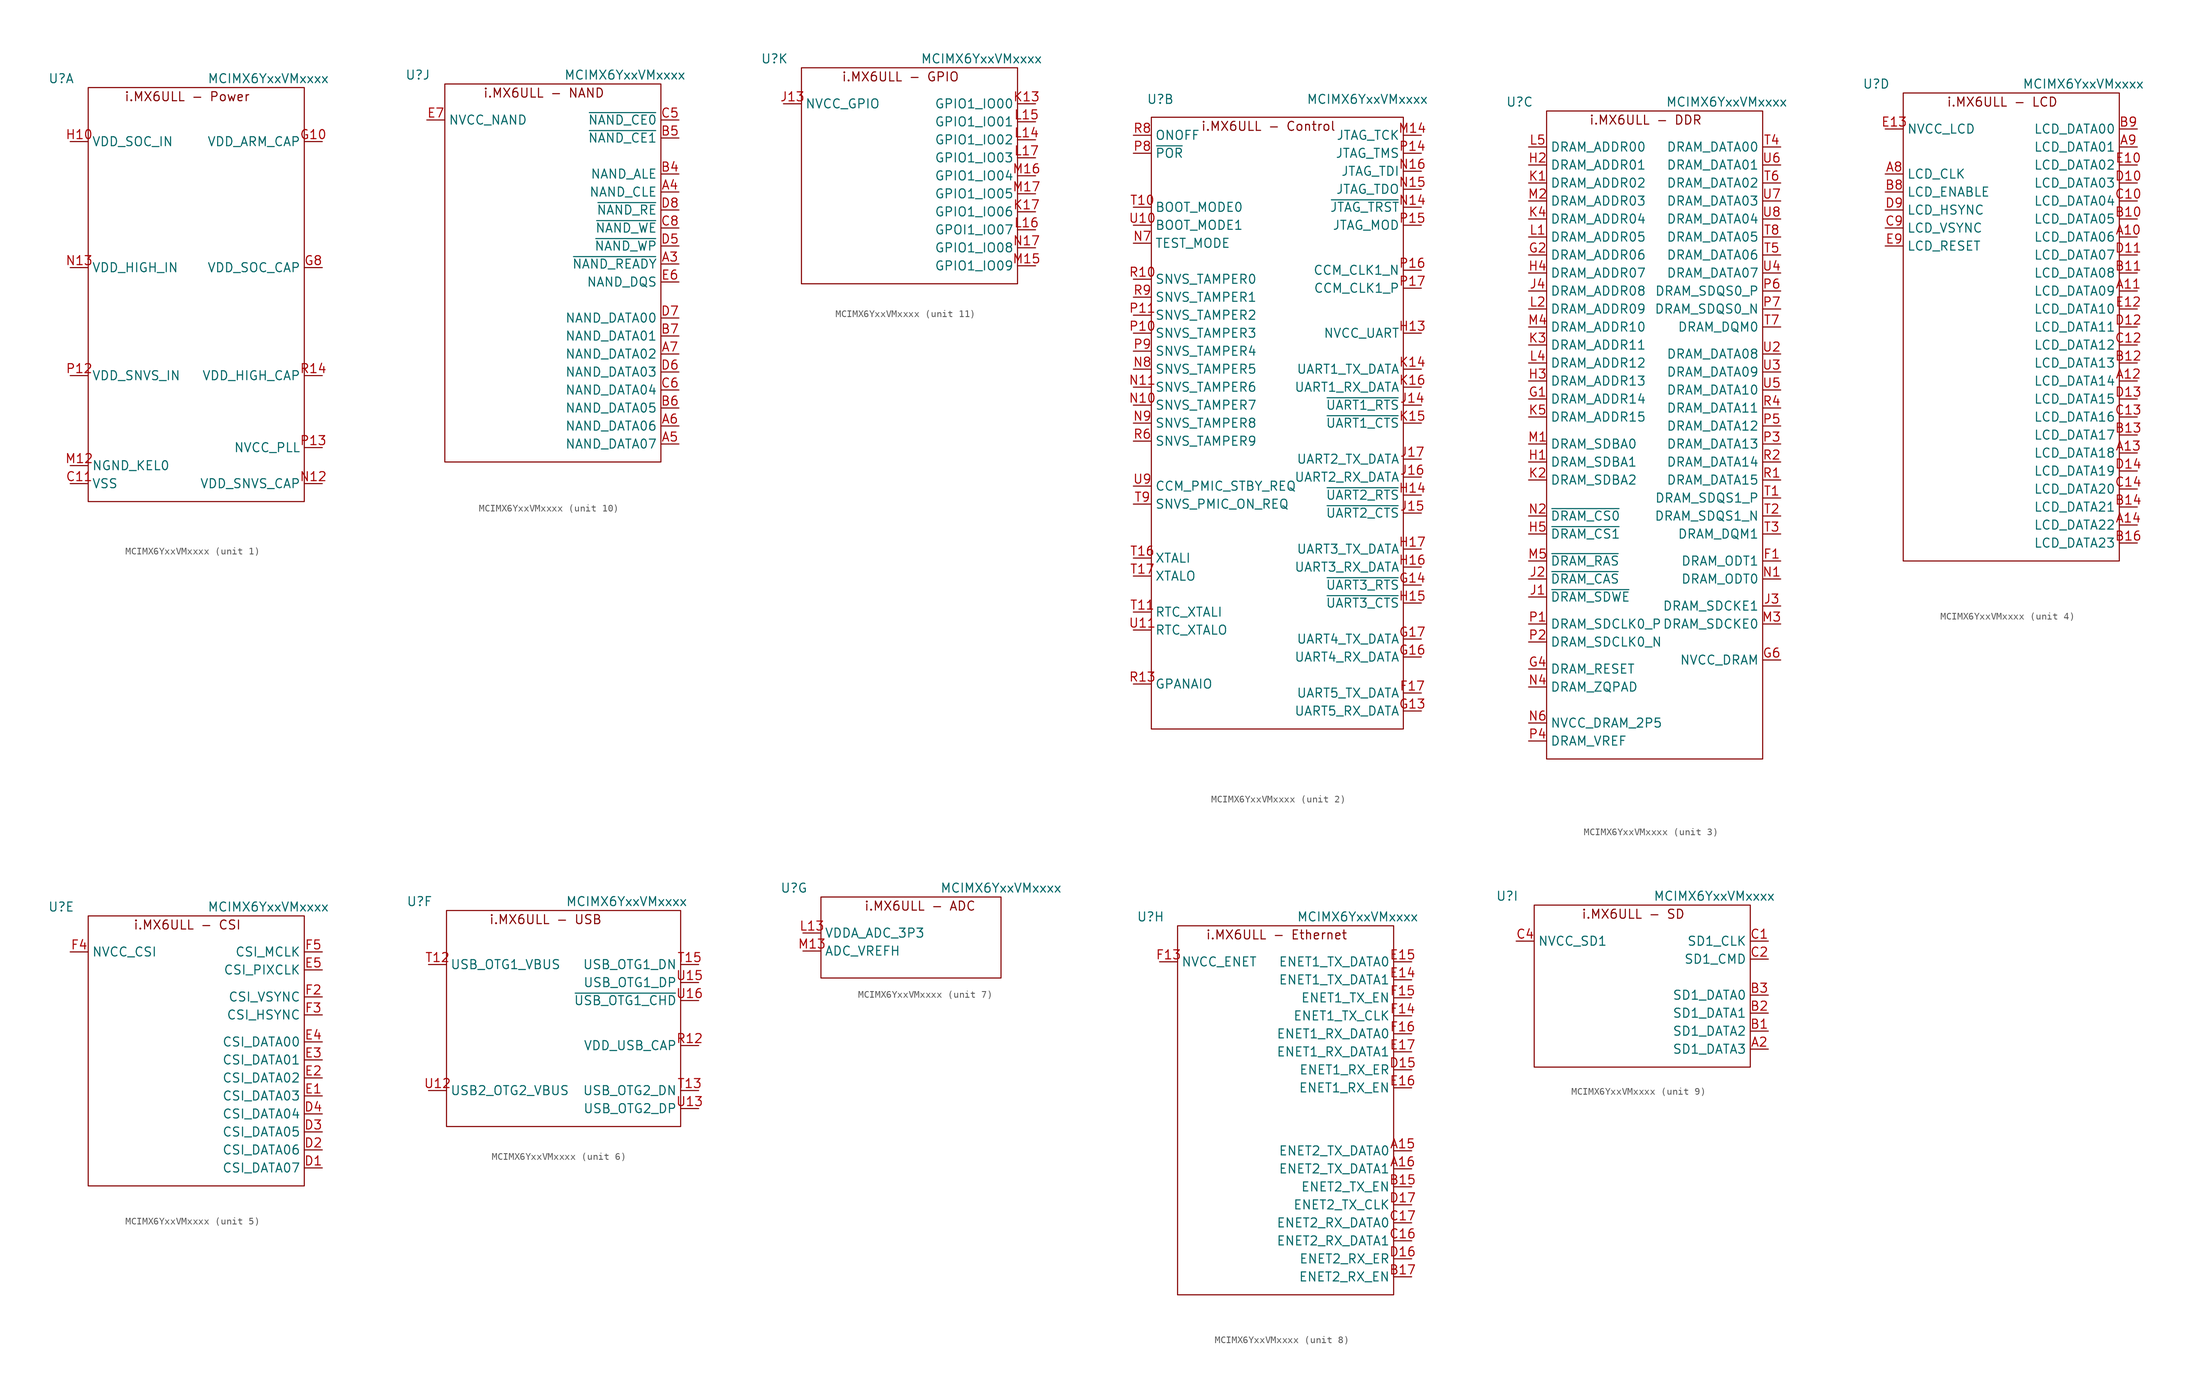
<source format=kicad_sym>
(kicad_symbol_lib
  (version 20211014)
  (generator kicad_symbol_editor)
  (symbol "MCIMX6YxxVMxxxx"
    (property "Reference" "U"
      (at -19.05 27.94 0)
      (effects (font (size 1.27 1.27))))
    (property "Value" "MCIMX6YxxVMxxxx"
      (at 10.16 27.94 0)
      (effects (font (size 1.27 1.27))))
    (property "ki_locked" ""
      (at 0 0 0)
      (effects (font (size 1.27 1.27))))
    (symbol "MCIMX6YxxVMxxxx_1_0"
      (text "i.MX6ULL - Power" (at -1.27 25.4 0) (effects (font (size 1.27 1.27))))
      (pin passive line (at -17.78 -29.21 0) (length 2.54) hide (name "VSS" (effects (font (size 1.27 1.27)))) (number "A1" (effects (font (size 1.27 1.27)))))
      (pin passive line (at -17.78 -29.21 0) (length 2.54) hide (name "VSS" (effects (font (size 1.27 1.27)))) (number "A17" (effects (font (size 1.27 1.27)))))
      (pin passive line (at -17.78 -29.21 0) (length 2.54) (name "VSS" (effects (font (size 1.27 1.27)))) (number "C11" (effects (font (size 1.27 1.27)))))
      (pin passive line (at -17.78 -29.21 0) (length 2.54) hide (name "VSS" (effects (font (size 1.27 1.27)))) (number "C15" (effects (font (size 1.27 1.27)))))
      (pin passive line (at -17.78 -29.21 0) (length 2.54) hide (name "VSS" (effects (font (size 1.27 1.27)))) (number "C3" (effects (font (size 1.27 1.27)))))
      (pin passive line (at -17.78 -29.21 0) (length 2.54) hide (name "VSS" (effects (font (size 1.27 1.27)))) (number "C7" (effects (font (size 1.27 1.27)))))
      (pin passive line (at -17.78 -29.21 0) (length 2.54) hide (name "VSS" (effects (font (size 1.27 1.27)))) (number "E11" (effects (font (size 1.27 1.27)))))
      (pin passive line (at -17.78 -29.21 0) (length 2.54) hide (name "VSS" (effects (font (size 1.27 1.27)))) (number "E8" (effects (font (size 1.27 1.27)))))
      (pin passive line (at -17.78 -29.21 0) (length 2.54) hide (name "VSS" (effects (font (size 1.27 1.27)))) (number "F10" (effects (font (size 1.27 1.27)))))
      (pin passive line (at -17.78 -29.21 0) (length 2.54) hide (name "VSS" (effects (font (size 1.27 1.27)))) (number "F11" (effects (font (size 1.27 1.27)))))
      (pin passive line (at -17.78 -29.21 0) (length 2.54) hide (name "VSS" (effects (font (size 1.27 1.27)))) (number "F12" (effects (font (size 1.27 1.27)))))
      (pin passive line (at -17.78 -29.21 0) (length 2.54) hide (name "VSS" (effects (font (size 1.27 1.27)))) (number "F6" (effects (font (size 1.27 1.27)))))
      (pin passive line (at -17.78 -29.21 0) (length 2.54) hide (name "VSS" (effects (font (size 1.27 1.27)))) (number "F7" (effects (font (size 1.27 1.27)))))
      (pin passive line (at -17.78 -29.21 0) (length 2.54) hide (name "VSS" (effects (font (size 1.27 1.27)))) (number "F8" (effects (font (size 1.27 1.27)))))
      (pin passive line (at -17.78 -29.21 0) (length 2.54) hide (name "VSS" (effects (font (size 1.27 1.27)))) (number "F9" (effects (font (size 1.27 1.27)))))
      (pin passive line (at 17.78 19.05 180) (length 2.54) (name "VDD_ARM_CAP" (effects (font (size 1.27 1.27)))) (number "G10" (effects (font (size 1.27 1.27)))))
      (pin passive line (at 17.78 19.05 180) (length 2.54) hide (name "VDD_ARM_CAP" (effects (font (size 1.27 1.27)))) (number "G11" (effects (font (size 1.27 1.27)))))
      (pin passive line (at -17.78 -29.21 0) (length 2.54) hide (name "VSS" (effects (font (size 1.27 1.27)))) (number "G12" (effects (font (size 1.27 1.27)))))
      (pin passive line (at -17.78 -29.21 0) (length 2.54) hide (name "VSS" (effects (font (size 1.27 1.27)))) (number "G15" (effects (font (size 1.27 1.27)))))
      (pin passive line (at -17.78 -29.21 0) (length 2.54) hide (name "VSS" (effects (font (size 1.27 1.27)))) (number "G3" (effects (font (size 1.27 1.27)))))
      (pin passive line (at -17.78 -29.21 0) (length 2.54) hide (name "VSS" (effects (font (size 1.27 1.27)))) (number "G5" (effects (font (size 1.27 1.27)))))
      (pin passive line (at -17.78 -29.21 0) (length 2.54) hide (name "VSS" (effects (font (size 1.27 1.27)))) (number "G7" (effects (font (size 1.27 1.27)))))
      (pin passive line (at 17.78 1.27 180) (length 2.54) (name "VDD_SOC_CAP" (effects (font (size 1.27 1.27)))) (number "G8" (effects (font (size 1.27 1.27)))))
      (pin passive line (at 17.78 19.05 180) (length 2.54) hide (name "VDD_ARM_CAP" (effects (font (size 1.27 1.27)))) (number "G9" (effects (font (size 1.27 1.27)))))
      (pin power_in line (at -17.78 19.05 0) (length 2.54) (name "VDD_SOC_IN" (effects (font (size 1.27 1.27)))) (number "H10" (effects (font (size 1.27 1.27)))))
      (pin passive line (at 17.78 19.05 180) (length 2.54) hide (name "VDD_ARM_CAP" (effects (font (size 1.27 1.27)))) (number "H11" (effects (font (size 1.27 1.27)))))
      (pin passive line (at -17.78 -29.21 0) (length 2.54) hide (name "VSS" (effects (font (size 1.27 1.27)))) (number "H12" (effects (font (size 1.27 1.27)))))
      (pin passive line (at -17.78 -29.21 0) (length 2.54) hide (name "VSS" (effects (font (size 1.27 1.27)))) (number "H7" (effects (font (size 1.27 1.27)))))
      (pin passive line (at 17.78 1.27 180) (length 2.54) hide (name "VDD_SOC_CAP" (effects (font (size 1.27 1.27)))) (number "H8" (effects (font (size 1.27 1.27)))))
      (pin passive line (at -17.78 19.05 0) (length 2.54) hide (name "VDD_SOC_IN" (effects (font (size 1.27 1.27)))) (number "H9" (effects (font (size 1.27 1.27)))))
      (pin passive line (at -17.78 19.05 0) (length 2.54) hide (name "VDD_SOC_IN" (effects (font (size 1.27 1.27)))) (number "J10" (effects (font (size 1.27 1.27)))))
      (pin passive line (at 17.78 1.27 180) (length 2.54) hide (name "VDD_SOC_CAP" (effects (font (size 1.27 1.27)))) (number "J11" (effects (font (size 1.27 1.27)))))
      (pin passive line (at -17.78 -29.21 0) (length 2.54) hide (name "VSS" (effects (font (size 1.27 1.27)))) (number "J12" (effects (font (size 1.27 1.27)))))
      (pin passive line (at -17.78 -29.21 0) (length 2.54) hide (name "VSS" (effects (font (size 1.27 1.27)))) (number "J5" (effects (font (size 1.27 1.27)))))
      (pin passive line (at -17.78 -29.21 0) (length 2.54) hide (name "VSS" (effects (font (size 1.27 1.27)))) (number "J7" (effects (font (size 1.27 1.27)))))
      (pin passive line (at 17.78 1.27 180) (length 2.54) hide (name "VDD_SOC_CAP" (effects (font (size 1.27 1.27)))) (number "J8" (effects (font (size 1.27 1.27)))))
      (pin passive line (at -17.78 19.05 0) (length 2.54) hide (name "VDD_SOC_IN" (effects (font (size 1.27 1.27)))) (number "J9" (effects (font (size 1.27 1.27)))))
      (pin passive line (at -17.78 19.05 0) (length 2.54) hide (name "VDD_SOC_IN" (effects (font (size 1.27 1.27)))) (number "K10" (effects (font (size 1.27 1.27)))))
      (pin passive line (at 17.78 1.27 180) (length 2.54) hide (name "VDD_SOC_CAP" (effects (font (size 1.27 1.27)))) (number "K11" (effects (font (size 1.27 1.27)))))
      (pin passive line (at -17.78 -29.21 0) (length 2.54) hide (name "VSS" (effects (font (size 1.27 1.27)))) (number "K12" (effects (font (size 1.27 1.27)))))
      (pin passive line (at -17.78 -29.21 0) (length 2.54) hide (name "VSS" (effects (font (size 1.27 1.27)))) (number "K7" (effects (font (size 1.27 1.27)))))
      (pin passive line (at 17.78 1.27 180) (length 2.54) hide (name "VDD_SOC_CAP" (effects (font (size 1.27 1.27)))) (number "K8" (effects (font (size 1.27 1.27)))))
      (pin passive line (at -17.78 19.05 0) (length 2.54) hide (name "VDD_SOC_IN" (effects (font (size 1.27 1.27)))) (number "K9" (effects (font (size 1.27 1.27)))))
      (pin passive line (at 17.78 1.27 180) (length 2.54) hide (name "VDD_SOC_CAP" (effects (font (size 1.27 1.27)))) (number "L10" (effects (font (size 1.27 1.27)))))
      (pin passive line (at 17.78 1.27 180) (length 2.54) hide (name "VDD_SOC_CAP" (effects (font (size 1.27 1.27)))) (number "L11" (effects (font (size 1.27 1.27)))))
      (pin passive line (at -17.78 -29.21 0) (length 2.54) hide (name "VSS" (effects (font (size 1.27 1.27)))) (number "L12" (effects (font (size 1.27 1.27)))))
      (pin passive line (at -17.78 -29.21 0) (length 2.54) hide (name "VSS" (effects (font (size 1.27 1.27)))) (number "L3" (effects (font (size 1.27 1.27)))))
      (pin passive line (at -17.78 -29.21 0) (length 2.54) hide (name "VSS" (effects (font (size 1.27 1.27)))) (number "L7" (effects (font (size 1.27 1.27)))))
      (pin passive line (at 17.78 1.27 180) (length 2.54) hide (name "VDD_SOC_CAP" (effects (font (size 1.27 1.27)))) (number "L8" (effects (font (size 1.27 1.27)))))
      (pin passive line (at 17.78 1.27 180) (length 2.54) hide (name "VDD_SOC_CAP" (effects (font (size 1.27 1.27)))) (number "L9" (effects (font (size 1.27 1.27)))))
      (pin passive line (at -17.78 -29.21 0) (length 2.54) hide (name "VSS" (effects (font (size 1.27 1.27)))) (number "M10" (effects (font (size 1.27 1.27)))))
      (pin passive line (at -17.78 -29.21 0) (length 2.54) hide (name "VSS" (effects (font (size 1.27 1.27)))) (number "M11" (effects (font (size 1.27 1.27)))))
      (pin power_in line (at -17.78 -26.67 0) (length 2.54) (name "NGND_KEL0" (effects (font (size 1.27 1.27)))) (number "M12" (effects (font (size 1.27 1.27)))))
      (pin passive line (at -17.78 -29.21 0) (length 2.54) hide (name "VSS" (effects (font (size 1.27 1.27)))) (number "M7" (effects (font (size 1.27 1.27)))))
      (pin passive line (at -17.78 -29.21 0) (length 2.54) hide (name "VSS" (effects (font (size 1.27 1.27)))) (number "M8" (effects (font (size 1.27 1.27)))))
      (pin passive line (at -17.78 -29.21 0) (length 2.54) hide (name "VSS" (effects (font (size 1.27 1.27)))) (number "M9" (effects (font (size 1.27 1.27)))))
      (pin passive line (at 17.78 -29.21 180) (length 2.54) (name "VDD_SNVS_CAP" (effects (font (size 1.27 1.27)))) (number "N12" (effects (font (size 1.27 1.27)))))
      (pin power_in line (at -17.78 1.27 0) (length 2.54) (name "VDD_HIGH_IN" (effects (font (size 1.27 1.27)))) (number "N13" (effects (font (size 1.27 1.27)))))
      (pin passive line (at -17.78 -29.21 0) (length 2.54) hide (name "VSS" (effects (font (size 1.27 1.27)))) (number "N3" (effects (font (size 1.27 1.27)))))
      (pin passive line (at -17.78 -29.21 0) (length 2.54) hide (name "VSS" (effects (font (size 1.27 1.27)))) (number "N5" (effects (font (size 1.27 1.27)))))
      (pin power_in line (at -17.78 -13.97 0) (length 2.54) (name "VDD_SNVS_IN" (effects (font (size 1.27 1.27)))) (number "P12" (effects (font (size 1.27 1.27)))))
      (pin passive line (at 17.78 -24.13 180) (length 2.54) (name "NVCC_PLL" (effects (font (size 1.27 1.27)))) (number "P13" (effects (font (size 1.27 1.27)))))
      (pin passive line (at -17.78 -29.21 0) (length 2.54) hide (name "VSS" (effects (font (size 1.27 1.27)))) (number "R11" (effects (font (size 1.27 1.27)))))
      (pin passive line (at 17.78 -13.97 180) (length 2.54) (name "VDD_HIGH_CAP" (effects (font (size 1.27 1.27)))) (number "R14" (effects (font (size 1.27 1.27)))))
      (pin passive line (at 17.78 -13.97 180) (length 2.54) hide (name "VDD_HIGH_CAP" (effects (font (size 1.27 1.27)))) (number "R15" (effects (font (size 1.27 1.27)))))
      (pin passive line (at -17.78 -29.21 0) (length 2.54) hide (name "VSS" (effects (font (size 1.27 1.27)))) (number "R16" (effects (font (size 1.27 1.27)))))
      (pin passive line (at -17.78 -29.21 0) (length 2.54) hide (name "VSS" (effects (font (size 1.27 1.27)))) (number "R17" (effects (font (size 1.27 1.27)))))
      (pin passive line (at -17.78 -29.21 0) (length 2.54) hide (name "VSS" (effects (font (size 1.27 1.27)))) (number "R3" (effects (font (size 1.27 1.27)))))
      (pin passive line (at -17.78 -29.21 0) (length 2.54) hide (name "VSS" (effects (font (size 1.27 1.27)))) (number "R5" (effects (font (size 1.27 1.27)))))
      (pin passive line (at -17.78 -29.21 0) (length 2.54) hide (name "VSS" (effects (font (size 1.27 1.27)))) (number "R7" (effects (font (size 1.27 1.27)))))
      (pin passive line (at -17.78 -29.21 0) (length 2.54) hide (name "VSS" (effects (font (size 1.27 1.27)))) (number "T14" (effects (font (size 1.27 1.27)))))
      (pin passive line (at -17.78 -29.21 0) (length 2.54) hide (name "VSS" (effects (font (size 1.27 1.27)))) (number "U1" (effects (font (size 1.27 1.27)))))
      (pin passive line (at -17.78 -29.21 0) (length 2.54) hide (name "VSS" (effects (font (size 1.27 1.27)))) (number "U14" (effects (font (size 1.27 1.27)))))
      (pin passive line (at -17.78 -29.21 0) (length 2.54) hide (name "VSS" (effects (font (size 1.27 1.27)))) (number "U17" (effects (font (size 1.27 1.27))))))
    (symbol "MCIMX6YxxVMxxxx_1_1"
      (rectangle (start -15.24 26.67) (end 15.24 -31.75) (stroke (width 0) (type default) (color 0 0 0 0)) (fill (type none))))
    (symbol "MCIMX6YxxVMxxxx_2_0"
      (rectangle (start -20.32 25.4) (end 15.24 -60.96) (stroke (width 0) (type default) (color 0 0 0 0)) (fill (type none)))
      (text "i.MX6ULL - Control" (at -3.81 24.13 0) (effects (font (size 1.27 1.27))))
      (pin output line (at 17.78 -55.88 180) (length 2.54) (name "UART5_TX_DATA" (effects (font (size 1.27 1.27)))) (number "F17" (effects (font (size 1.27 1.27)))))
      (pin input line (at 17.78 -58.42 180) (length 2.54) (name "UART5_RX_DATA" (effects (font (size 1.27 1.27)))) (number "G13" (effects (font (size 1.27 1.27)))))
      (pin input line (at 17.78 -40.64 180) (length 2.54) (name "~{UART3_RTS}" (effects (font (size 1.27 1.27)))) (number "G14" (effects (font (size 1.27 1.27)))))
      (pin input line (at 17.78 -50.8 180) (length 2.54) (name "UART4_RX_DATA" (effects (font (size 1.27 1.27)))) (number "G16" (effects (font (size 1.27 1.27)))))
      (pin output line (at 17.78 -48.26 180) (length 2.54) (name "UART4_TX_DATA" (effects (font (size 1.27 1.27)))) (number "G17" (effects (font (size 1.27 1.27)))))
      (pin passive line (at 17.78 -5.08 180) (length 2.54) (name "NVCC_UART" (effects (font (size 1.27 1.27)))) (number "H13" (effects (font (size 1.27 1.27)))))
      (pin input line (at 17.78 -27.94 180) (length 2.54) (name "~{UART2_RTS}" (effects (font (size 1.27 1.27)))) (number "H14" (effects (font (size 1.27 1.27)))))
      (pin output line (at 17.78 -43.18 180) (length 2.54) (name "~{UART3_CTS}" (effects (font (size 1.27 1.27)))) (number "H15" (effects (font (size 1.27 1.27)))))
      (pin input line (at 17.78 -38.1 180) (length 2.54) (name "UART3_RX_DATA" (effects (font (size 1.27 1.27)))) (number "H16" (effects (font (size 1.27 1.27)))))
      (pin output line (at 17.78 -35.56 180) (length 2.54) (name "UART3_TX_DATA" (effects (font (size 1.27 1.27)))) (number "H17" (effects (font (size 1.27 1.27)))))
      (pin input line (at 17.78 -15.24 180) (length 2.54) (name "~{UART1_RTS}" (effects (font (size 1.27 1.27)))) (number "J14" (effects (font (size 1.27 1.27)))))
      (pin output line (at 17.78 -30.48 180) (length 2.54) (name "~{UART2_CTS}" (effects (font (size 1.27 1.27)))) (number "J15" (effects (font (size 1.27 1.27)))))
      (pin input line (at 17.78 -25.4 180) (length 2.54) (name "UART2_RX_DATA" (effects (font (size 1.27 1.27)))) (number "J16" (effects (font (size 1.27 1.27)))))
      (pin output line (at 17.78 -22.86 180) (length 2.54) (name "UART2_TX_DATA" (effects (font (size 1.27 1.27)))) (number "J17" (effects (font (size 1.27 1.27)))))
      (pin output line (at 17.78 -10.16 180) (length 2.54) (name "UART1_TX_DATA" (effects (font (size 1.27 1.27)))) (number "K14" (effects (font (size 1.27 1.27)))))
      (pin output line (at 17.78 -17.78 180) (length 2.54) (name "~{UART1_CTS}" (effects (font (size 1.27 1.27)))) (number "K15" (effects (font (size 1.27 1.27)))))
      (pin input line (at 17.78 -12.7 180) (length 2.54) (name "UART1_RX_DATA" (effects (font (size 1.27 1.27)))) (number "K16" (effects (font (size 1.27 1.27)))))
      (pin passive line (at 17.78 22.86 180) (length 2.54) (name "JTAG_TCK" (effects (font (size 1.27 1.27)))) (number "M14" (effects (font (size 1.27 1.27)))))
      (pin passive line (at -22.86 -15.24 0) (length 2.54) (name "SNVS_TAMPER7" (effects (font (size 1.27 1.27)))) (number "N10" (effects (font (size 1.27 1.27)))))
      (pin passive line (at -22.86 -12.7 0) (length 2.54) (name "SNVS_TAMPER6" (effects (font (size 1.27 1.27)))) (number "N11" (effects (font (size 1.27 1.27)))))
      (pin passive line (at 17.78 12.7 180) (length 2.54) (name "~{JTAG_TRST}" (effects (font (size 1.27 1.27)))) (number "N14" (effects (font (size 1.27 1.27)))))
      (pin passive line (at 17.78 15.24 180) (length 2.54) (name "JTAG_TDO" (effects (font (size 1.27 1.27)))) (number "N15" (effects (font (size 1.27 1.27)))))
      (pin passive line (at 17.78 17.78 180) (length 2.54) (name "JTAG_TDI" (effects (font (size 1.27 1.27)))) (number "N16" (effects (font (size 1.27 1.27)))))
      (pin passive line (at -22.86 7.62 0) (length 2.54) (name "TEST_MODE" (effects (font (size 1.27 1.27)))) (number "N7" (effects (font (size 1.27 1.27)))))
      (pin passive line (at -22.86 -10.16 0) (length 2.54) (name "SNVS_TAMPER5" (effects (font (size 1.27 1.27)))) (number "N8" (effects (font (size 1.27 1.27)))))
      (pin passive line (at -22.86 -17.78 0) (length 2.54) (name "SNVS_TAMPER8" (effects (font (size 1.27 1.27)))) (number "N9" (effects (font (size 1.27 1.27)))))
      (pin passive line (at -22.86 -5.08 0) (length 2.54) (name "SNVS_TAMPER3" (effects (font (size 1.27 1.27)))) (number "P10" (effects (font (size 1.27 1.27)))))
      (pin passive line (at -22.86 -2.54 0) (length 2.54) (name "SNVS_TAMPER2" (effects (font (size 1.27 1.27)))) (number "P11" (effects (font (size 1.27 1.27)))))
      (pin passive line (at 17.78 20.32 180) (length 2.54) (name "JTAG_TMS" (effects (font (size 1.27 1.27)))) (number "P14" (effects (font (size 1.27 1.27)))))
      (pin passive line (at 17.78 10.16 180) (length 2.54) (name "JTAG_MOD" (effects (font (size 1.27 1.27)))) (number "P15" (effects (font (size 1.27 1.27)))))
      (pin passive line (at 17.78 3.81 180) (length 2.54) (name "CCM_CLK1_N" (effects (font (size 1.27 1.27)))) (number "P16" (effects (font (size 1.27 1.27)))))
      (pin passive line (at 17.78 1.27 180) (length 2.54) (name "CCM_CLK1_P" (effects (font (size 1.27 1.27)))) (number "P17" (effects (font (size 1.27 1.27)))))
      (pin input line (at -22.86 20.32 0) (length 2.54) (name "~{POR}" (effects (font (size 1.27 1.27)))) (number "P8" (effects (font (size 1.27 1.27)))))
      (pin passive line (at -22.86 -7.62 0) (length 2.54) (name "SNVS_TAMPER4" (effects (font (size 1.27 1.27)))) (number "P9" (effects (font (size 1.27 1.27)))))
      (pin passive line (at -22.86 2.54 0) (length 2.54) (name "SNVS_TAMPER0" (effects (font (size 1.27 1.27)))) (number "R10" (effects (font (size 1.27 1.27)))))
      (pin passive line (at -22.86 -54.61 0) (length 2.54) (name "GPANAIO" (effects (font (size 1.27 1.27)))) (number "R13" (effects (font (size 1.27 1.27)))))
      (pin passive line (at -22.86 -20.32 0) (length 2.54) (name "SNVS_TAMPER9" (effects (font (size 1.27 1.27)))) (number "R6" (effects (font (size 1.27 1.27)))))
      (pin input line (at -22.86 22.86 0) (length 2.54) (name "ONOFF" (effects (font (size 1.27 1.27)))) (number "R8" (effects (font (size 1.27 1.27)))))
      (pin passive line (at -22.86 0 0) (length 2.54) (name "SNVS_TAMPER1" (effects (font (size 1.27 1.27)))) (number "R9" (effects (font (size 1.27 1.27)))))
      (pin passive line (at -22.86 12.7 0) (length 2.54) (name "BOOT_MODE0" (effects (font (size 1.27 1.27)))) (number "T10" (effects (font (size 1.27 1.27)))))
      (pin passive line (at -22.86 -44.45 0) (length 2.54) (name "RTC_XTALI" (effects (font (size 1.27 1.27)))) (number "T11" (effects (font (size 1.27 1.27)))))
      (pin passive line (at -22.86 -36.83 0) (length 2.54) (name "XTALI" (effects (font (size 1.27 1.27)))) (number "T16" (effects (font (size 1.27 1.27)))))
      (pin passive line (at -22.86 -39.37 0) (length 2.54) (name "XTALO" (effects (font (size 1.27 1.27)))) (number "T17" (effects (font (size 1.27 1.27)))))
      (pin passive line (at -22.86 -29.21 0) (length 2.54) (name "SNVS_PMIC_ON_REQ" (effects (font (size 1.27 1.27)))) (number "T9" (effects (font (size 1.27 1.27)))))
      (pin passive line (at -22.86 10.16 0) (length 2.54) (name "BOOT_MODE1" (effects (font (size 1.27 1.27)))) (number "U10" (effects (font (size 1.27 1.27)))))
      (pin passive line (at -22.86 -46.99 0) (length 2.54) (name "RTC_XTALO" (effects (font (size 1.27 1.27)))) (number "U11" (effects (font (size 1.27 1.27)))))
      (pin passive line (at -22.86 -26.67 0) (length 2.54) (name "CCM_PMIC_STBY_REQ" (effects (font (size 1.27 1.27)))) (number "U9" (effects (font (size 1.27 1.27))))))
    (symbol "MCIMX6YxxVMxxxx_3_0"
      (text "i.MX6ULL - DDR" (at -1.27 25.4 0) (effects (font (size 1.27 1.27))))
      (pin passive line (at 17.78 -36.83 180) (length 2.54) (name "DRAM_ODT1" (effects (font (size 1.27 1.27)))) (number "F1" (effects (font (size 1.27 1.27)))))
      (pin output line (at -17.78 -13.97 0) (length 2.54) (name "DRAM_ADDR14" (effects (font (size 1.27 1.27)))) (number "G1" (effects (font (size 1.27 1.27)))))
      (pin output line (at -17.78 6.35 0) (length 2.54) (name "DRAM_ADDR06" (effects (font (size 1.27 1.27)))) (number "G2" (effects (font (size 1.27 1.27)))))
      (pin output line (at -17.78 -52.07 0) (length 2.54) (name "DRAM_RESET" (effects (font (size 1.27 1.27)))) (number "G4" (effects (font (size 1.27 1.27)))))
      (pin power_in line (at 17.78 -50.8 180) (length 2.54) (name "NVCC_DRAM" (effects (font (size 1.27 1.27)))) (number "G6" (effects (font (size 1.27 1.27)))))
      (pin output line (at -17.78 -22.86 0) (length 2.54) (name "DRAM_SDBA1" (effects (font (size 1.27 1.27)))) (number "H1" (effects (font (size 1.27 1.27)))))
      (pin output line (at -17.78 19.05 0) (length 2.54) (name "DRAM_ADDR01" (effects (font (size 1.27 1.27)))) (number "H2" (effects (font (size 1.27 1.27)))))
      (pin output line (at -17.78 -11.43 0) (length 2.54) (name "DRAM_ADDR13" (effects (font (size 1.27 1.27)))) (number "H3" (effects (font (size 1.27 1.27)))))
      (pin output line (at -17.78 3.81 0) (length 2.54) (name "DRAM_ADDR07" (effects (font (size 1.27 1.27)))) (number "H4" (effects (font (size 1.27 1.27)))))
      (pin output line (at -17.78 -33.02 0) (length 2.54) (name "~{DRAM_CS1}" (effects (font (size 1.27 1.27)))) (number "H5" (effects (font (size 1.27 1.27)))))
      (pin passive line (at 17.78 -50.8 180) (length 2.54) hide (name "NVCC_DRAM" (effects (font (size 1.27 1.27)))) (number "H6" (effects (font (size 1.27 1.27)))))
      (pin output line (at -17.78 -41.91 0) (length 2.54) (name "~{DRAM_SDWE}" (effects (font (size 1.27 1.27)))) (number "J1" (effects (font (size 1.27 1.27)))))
      (pin output line (at -17.78 -39.37 0) (length 2.54) (name "~{DRAM_CAS}" (effects (font (size 1.27 1.27)))) (number "J2" (effects (font (size 1.27 1.27)))))
      (pin passive line (at 17.78 -43.18 180) (length 2.54) (name "DRAM_SDCKE1" (effects (font (size 1.27 1.27)))) (number "J3" (effects (font (size 1.27 1.27)))))
      (pin output line (at -17.78 1.27 0) (length 2.54) (name "DRAM_ADDR08" (effects (font (size 1.27 1.27)))) (number "J4" (effects (font (size 1.27 1.27)))))
      (pin passive line (at 17.78 -50.8 180) (length 2.54) hide (name "NVCC_DRAM" (effects (font (size 1.27 1.27)))) (number "J6" (effects (font (size 1.27 1.27)))))
      (pin output line (at -17.78 16.51 0) (length 2.54) (name "DRAM_ADDR02" (effects (font (size 1.27 1.27)))) (number "K1" (effects (font (size 1.27 1.27)))))
      (pin output line (at -17.78 -25.4 0) (length 2.54) (name "DRAM_SDBA2" (effects (font (size 1.27 1.27)))) (number "K2" (effects (font (size 1.27 1.27)))))
      (pin output line (at -17.78 -6.35 0) (length 2.54) (name "DRAM_ADDR11" (effects (font (size 1.27 1.27)))) (number "K3" (effects (font (size 1.27 1.27)))))
      (pin output line (at -17.78 11.43 0) (length 2.54) (name "DRAM_ADDR04" (effects (font (size 1.27 1.27)))) (number "K4" (effects (font (size 1.27 1.27)))))
      (pin output line (at -17.78 -16.51 0) (length 2.54) (name "DRAM_ADDR15" (effects (font (size 1.27 1.27)))) (number "K5" (effects (font (size 1.27 1.27)))))
      (pin passive line (at 17.78 -50.8 180) (length 2.54) hide (name "NVCC_DRAM" (effects (font (size 1.27 1.27)))) (number "K6" (effects (font (size 1.27 1.27)))))
      (pin output line (at -17.78 8.89 0) (length 2.54) (name "DRAM_ADDR05" (effects (font (size 1.27 1.27)))) (number "L1" (effects (font (size 1.27 1.27)))))
      (pin output line (at -17.78 -1.27 0) (length 2.54) (name "DRAM_ADDR09" (effects (font (size 1.27 1.27)))) (number "L2" (effects (font (size 1.27 1.27)))))
      (pin output line (at -17.78 -8.89 0) (length 2.54) (name "DRAM_ADDR12" (effects (font (size 1.27 1.27)))) (number "L4" (effects (font (size 1.27 1.27)))))
      (pin output line (at -17.78 21.59 0) (length 2.54) (name "DRAM_ADDR00" (effects (font (size 1.27 1.27)))) (number "L5" (effects (font (size 1.27 1.27)))))
      (pin passive line (at 17.78 -50.8 180) (length 2.54) hide (name "NVCC_DRAM" (effects (font (size 1.27 1.27)))) (number "L6" (effects (font (size 1.27 1.27)))))
      (pin output line (at -17.78 -20.32 0) (length 2.54) (name "DRAM_SDBA0" (effects (font (size 1.27 1.27)))) (number "M1" (effects (font (size 1.27 1.27)))))
      (pin output line (at -17.78 13.97 0) (length 2.54) (name "DRAM_ADDR03" (effects (font (size 1.27 1.27)))) (number "M2" (effects (font (size 1.27 1.27)))))
      (pin passive line (at 17.78 -45.72 180) (length 2.54) (name "DRAM_SDCKE0" (effects (font (size 1.27 1.27)))) (number "M3" (effects (font (size 1.27 1.27)))))
      (pin output line (at -17.78 -3.81 0) (length 2.54) (name "DRAM_ADDR10" (effects (font (size 1.27 1.27)))) (number "M4" (effects (font (size 1.27 1.27)))))
      (pin output line (at -17.78 -36.83 0) (length 2.54) (name "~{DRAM_RAS}" (effects (font (size 1.27 1.27)))) (number "M5" (effects (font (size 1.27 1.27)))))
      (pin passive line (at 17.78 -50.8 180) (length 2.54) hide (name "NVCC_DRAM" (effects (font (size 1.27 1.27)))) (number "M6" (effects (font (size 1.27 1.27)))))
      (pin passive line (at 17.78 -39.37 180) (length 2.54) (name "DRAM_ODT0" (effects (font (size 1.27 1.27)))) (number "N1" (effects (font (size 1.27 1.27)))))
      (pin output line (at -17.78 -30.48 0) (length 2.54) (name "~{DRAM_CS0}" (effects (font (size 1.27 1.27)))) (number "N2" (effects (font (size 1.27 1.27)))))
      (pin output line (at -17.78 -54.61 0) (length 2.54) (name "DRAM_ZQPAD" (effects (font (size 1.27 1.27)))) (number "N4" (effects (font (size 1.27 1.27)))))
      (pin power_in line (at -17.78 -59.69 0) (length 2.54) (name "NVCC_DRAM_2P5" (effects (font (size 1.27 1.27)))) (number "N6" (effects (font (size 1.27 1.27)))))
      (pin output line (at -17.78 -45.72 0) (length 2.54) (name "DRAM_SDCLK0_P" (effects (font (size 1.27 1.27)))) (number "P1" (effects (font (size 1.27 1.27)))))
      (pin output line (at -17.78 -48.26 0) (length 2.54) (name "DRAM_SDCLK0_N" (effects (font (size 1.27 1.27)))) (number "P2" (effects (font (size 1.27 1.27)))))
      (pin bidirectional line (at 17.78 -20.32 180) (length 2.54) (name "DRAM_DATA13" (effects (font (size 1.27 1.27)))) (number "P3" (effects (font (size 1.27 1.27)))))
      (pin passive line (at -17.78 -62.23 0) (length 2.54) (name "DRAM_VREF" (effects (font (size 1.27 1.27)))) (number "P4" (effects (font (size 1.27 1.27)))))
      (pin bidirectional line (at 17.78 -17.78 180) (length 2.54) (name "DRAM_DATA12" (effects (font (size 1.27 1.27)))) (number "P5" (effects (font (size 1.27 1.27)))))
      (pin bidirectional line (at 17.78 1.27 180) (length 2.54) (name "DRAM_SDQS0_P" (effects (font (size 1.27 1.27)))) (number "P6" (effects (font (size 1.27 1.27)))))
      (pin bidirectional line (at 17.78 -1.27 180) (length 2.54) (name "DRAM_SDQS0_N" (effects (font (size 1.27 1.27)))) (number "P7" (effects (font (size 1.27 1.27)))))
      (pin bidirectional line (at 17.78 -25.4 180) (length 2.54) (name "DRAM_DATA15" (effects (font (size 1.27 1.27)))) (number "R1" (effects (font (size 1.27 1.27)))))
      (pin bidirectional line (at 17.78 -22.86 180) (length 2.54) (name "DRAM_DATA14" (effects (font (size 1.27 1.27)))) (number "R2" (effects (font (size 1.27 1.27)))))
      (pin bidirectional line (at 17.78 -15.24 180) (length 2.54) (name "DRAM_DATA11" (effects (font (size 1.27 1.27)))) (number "R4" (effects (font (size 1.27 1.27)))))
      (pin bidirectional line (at 17.78 -27.94 180) (length 2.54) (name "DRAM_SDQS1_P" (effects (font (size 1.27 1.27)))) (number "T1" (effects (font (size 1.27 1.27)))))
      (pin bidirectional line (at 17.78 -30.48 180) (length 2.54) (name "DRAM_SDQS1_N" (effects (font (size 1.27 1.27)))) (number "T2" (effects (font (size 1.27 1.27)))))
      (pin bidirectional line (at 17.78 -33.02 180) (length 2.54) (name "DRAM_DQM1" (effects (font (size 1.27 1.27)))) (number "T3" (effects (font (size 1.27 1.27)))))
      (pin bidirectional line (at 17.78 21.59 180) (length 2.54) (name "DRAM_DATA00" (effects (font (size 1.27 1.27)))) (number "T4" (effects (font (size 1.27 1.27)))))
      (pin bidirectional line (at 17.78 6.35 180) (length 2.54) (name "DRAM_DATA06" (effects (font (size 1.27 1.27)))) (number "T5" (effects (font (size 1.27 1.27)))))
      (pin bidirectional line (at 17.78 16.51 180) (length 2.54) (name "DRAM_DATA02" (effects (font (size 1.27 1.27)))) (number "T6" (effects (font (size 1.27 1.27)))))
      (pin bidirectional line (at 17.78 -3.81 180) (length 2.54) (name "DRAM_DQM0" (effects (font (size 1.27 1.27)))) (number "T7" (effects (font (size 1.27 1.27)))))
      (pin bidirectional line (at 17.78 8.89 180) (length 2.54) (name "DRAM_DATA05" (effects (font (size 1.27 1.27)))) (number "T8" (effects (font (size 1.27 1.27)))))
      (pin bidirectional line (at 17.78 -7.62 180) (length 2.54) (name "DRAM_DATA08" (effects (font (size 1.27 1.27)))) (number "U2" (effects (font (size 1.27 1.27)))))
      (pin bidirectional line (at 17.78 -10.16 180) (length 2.54) (name "DRAM_DATA09" (effects (font (size 1.27 1.27)))) (number "U3" (effects (font (size 1.27 1.27)))))
      (pin bidirectional line (at 17.78 3.81 180) (length 2.54) (name "DRAM_DATA07" (effects (font (size 1.27 1.27)))) (number "U4" (effects (font (size 1.27 1.27)))))
      (pin bidirectional line (at 17.78 -12.7 180) (length 2.54) (name "DRAM_DATA10" (effects (font (size 1.27 1.27)))) (number "U5" (effects (font (size 1.27 1.27)))))
      (pin bidirectional line (at 17.78 19.05 180) (length 2.54) (name "DRAM_DATA01" (effects (font (size 1.27 1.27)))) (number "U6" (effects (font (size 1.27 1.27)))))
      (pin bidirectional line (at 17.78 13.97 180) (length 2.54) (name "DRAM_DATA03" (effects (font (size 1.27 1.27)))) (number "U7" (effects (font (size 1.27 1.27)))))
      (pin bidirectional line (at 17.78 11.43 180) (length 2.54) (name "DRAM_DATA04" (effects (font (size 1.27 1.27)))) (number "U8" (effects (font (size 1.27 1.27))))))
    (symbol "MCIMX6YxxVMxxxx_3_1"
      (rectangle (start -15.24 26.67) (end 15.24 -64.77) (stroke (width 0) (type default) (color 0 0 0 0)) (fill (type none))))
    (symbol "MCIMX6YxxVMxxxx_4_0"
      (text "i.MX6ULL - LCD" (at -1.27 25.4 0) (effects (font (size 1.27 1.27))))
      (pin output line (at 17.78 6.35 180) (length 2.54) (name "LCD_DATA06" (effects (font (size 1.27 1.27)))) (number "A10" (effects (font (size 1.27 1.27)))))
      (pin output line (at 17.78 -1.27 180) (length 2.54) (name "LCD_DATA09" (effects (font (size 1.27 1.27)))) (number "A11" (effects (font (size 1.27 1.27)))))
      (pin output line (at 17.78 -13.97 180) (length 2.54) (name "LCD_DATA14" (effects (font (size 1.27 1.27)))) (number "A12" (effects (font (size 1.27 1.27)))))
      (pin output line (at 17.78 -24.13 180) (length 2.54) (name "LCD_DATA18" (effects (font (size 1.27 1.27)))) (number "A13" (effects (font (size 1.27 1.27)))))
      (pin output line (at 17.78 -34.29 180) (length 2.54) (name "LCD_DATA22" (effects (font (size 1.27 1.27)))) (number "A14" (effects (font (size 1.27 1.27)))))
      (pin output line (at -17.78 15.24 0) (length 2.54) (name "LCD_CLK" (effects (font (size 1.27 1.27)))) (number "A8" (effects (font (size 1.27 1.27)))))
      (pin output line (at 17.78 19.05 180) (length 2.54) (name "LCD_DATA01" (effects (font (size 1.27 1.27)))) (number "A9" (effects (font (size 1.27 1.27)))))
      (pin output line (at 17.78 8.89 180) (length 2.54) (name "LCD_DATA05" (effects (font (size 1.27 1.27)))) (number "B10" (effects (font (size 1.27 1.27)))))
      (pin output line (at 17.78 1.27 180) (length 2.54) (name "LCD_DATA08" (effects (font (size 1.27 1.27)))) (number "B11" (effects (font (size 1.27 1.27)))))
      (pin output line (at 17.78 -11.43 180) (length 2.54) (name "LCD_DATA13" (effects (font (size 1.27 1.27)))) (number "B12" (effects (font (size 1.27 1.27)))))
      (pin output line (at 17.78 -21.59 180) (length 2.54) (name "LCD_DATA17" (effects (font (size 1.27 1.27)))) (number "B13" (effects (font (size 1.27 1.27)))))
      (pin output line (at 17.78 -31.75 180) (length 2.54) (name "LCD_DATA21" (effects (font (size 1.27 1.27)))) (number "B14" (effects (font (size 1.27 1.27)))))
      (pin output line (at 17.78 -36.83 180) (length 2.54) (name "LCD_DATA23" (effects (font (size 1.27 1.27)))) (number "B16" (effects (font (size 1.27 1.27)))))
      (pin output line (at -17.78 12.7 0) (length 2.54) (name "LCD_ENABLE" (effects (font (size 1.27 1.27)))) (number "B8" (effects (font (size 1.27 1.27)))))
      (pin output line (at 17.78 21.59 180) (length 2.54) (name "LCD_DATA00" (effects (font (size 1.27 1.27)))) (number "B9" (effects (font (size 1.27 1.27)))))
      (pin output line (at 17.78 11.43 180) (length 2.54) (name "LCD_DATA04" (effects (font (size 1.27 1.27)))) (number "C10" (effects (font (size 1.27 1.27)))))
      (pin output line (at 17.78 -8.89 180) (length 2.54) (name "LCD_DATA12" (effects (font (size 1.27 1.27)))) (number "C12" (effects (font (size 1.27 1.27)))))
      (pin output line (at 17.78 -19.05 180) (length 2.54) (name "LCD_DATA16" (effects (font (size 1.27 1.27)))) (number "C13" (effects (font (size 1.27 1.27)))))
      (pin output line (at 17.78 -29.21 180) (length 2.54) (name "LCD_DATA20" (effects (font (size 1.27 1.27)))) (number "C14" (effects (font (size 1.27 1.27)))))
      (pin output line (at -17.78 7.62 0) (length 2.54) (name "LCD_VSYNC" (effects (font (size 1.27 1.27)))) (number "C9" (effects (font (size 1.27 1.27)))))
      (pin output line (at 17.78 13.97 180) (length 2.54) (name "LCD_DATA03" (effects (font (size 1.27 1.27)))) (number "D10" (effects (font (size 1.27 1.27)))))
      (pin output line (at 17.78 3.81 180) (length 2.54) (name "LCD_DATA07" (effects (font (size 1.27 1.27)))) (number "D11" (effects (font (size 1.27 1.27)))))
      (pin output line (at 17.78 -6.35 180) (length 2.54) (name "LCD_DATA11" (effects (font (size 1.27 1.27)))) (number "D12" (effects (font (size 1.27 1.27)))))
      (pin output line (at 17.78 -16.51 180) (length 2.54) (name "LCD_DATA15" (effects (font (size 1.27 1.27)))) (number "D13" (effects (font (size 1.27 1.27)))))
      (pin output line (at 17.78 -26.67 180) (length 2.54) (name "LCD_DATA19" (effects (font (size 1.27 1.27)))) (number "D14" (effects (font (size 1.27 1.27)))))
      (pin output line (at -17.78 10.16 0) (length 2.54) (name "LCD_HSYNC" (effects (font (size 1.27 1.27)))) (number "D9" (effects (font (size 1.27 1.27)))))
      (pin output line (at 17.78 16.51 180) (length 2.54) (name "LCD_DATA02" (effects (font (size 1.27 1.27)))) (number "E10" (effects (font (size 1.27 1.27)))))
      (pin output line (at 17.78 -3.81 180) (length 2.54) (name "LCD_DATA10" (effects (font (size 1.27 1.27)))) (number "E12" (effects (font (size 1.27 1.27)))))
      (pin power_in line (at -17.78 21.59 0) (length 2.54) (name "NVCC_LCD" (effects (font (size 1.27 1.27)))) (number "E13" (effects (font (size 1.27 1.27)))))
      (pin output line (at -17.78 5.08 0) (length 2.54) (name "LCD_RESET" (effects (font (size 1.27 1.27)))) (number "E9" (effects (font (size 1.27 1.27))))))
    (symbol "MCIMX6YxxVMxxxx_4_1"
      (rectangle (start -15.24 26.67) (end 15.24 -39.37) (stroke (width 0) (type default) (color 0 0 0 0)) (fill (type none))))
    (symbol "MCIMX6YxxVMxxxx_5_0"
      (text "i.MX6ULL - CSI" (at -1.27 25.4 0) (effects (font (size 1.27 1.27))))
      (pin bidirectional line (at 17.78 -8.89 180) (length 2.54) (name "CSI_DATA07" (effects (font (size 1.27 1.27)))) (number "D1" (effects (font (size 1.27 1.27)))))
      (pin bidirectional line (at 17.78 -6.35 180) (length 2.54) (name "CSI_DATA06" (effects (font (size 1.27 1.27)))) (number "D2" (effects (font (size 1.27 1.27)))))
      (pin bidirectional line (at 17.78 -3.81 180) (length 2.54) (name "CSI_DATA05" (effects (font (size 1.27 1.27)))) (number "D3" (effects (font (size 1.27 1.27)))))
      (pin bidirectional line (at 17.78 -1.27 180) (length 2.54) (name "CSI_DATA04" (effects (font (size 1.27 1.27)))) (number "D4" (effects (font (size 1.27 1.27)))))
      (pin bidirectional line (at 17.78 1.27 180) (length 2.54) (name "CSI_DATA03" (effects (font (size 1.27 1.27)))) (number "E1" (effects (font (size 1.27 1.27)))))
      (pin bidirectional line (at 17.78 3.81 180) (length 2.54) (name "CSI_DATA02" (effects (font (size 1.27 1.27)))) (number "E2" (effects (font (size 1.27 1.27)))))
      (pin bidirectional line (at 17.78 6.35 180) (length 2.54) (name "CSI_DATA01" (effects (font (size 1.27 1.27)))) (number "E3" (effects (font (size 1.27 1.27)))))
      (pin bidirectional line (at 17.78 8.89 180) (length 2.54) (name "CSI_DATA00" (effects (font (size 1.27 1.27)))) (number "E4" (effects (font (size 1.27 1.27)))))
      (pin bidirectional line (at 17.78 19.05 180) (length 2.54) (name "CSI_PIXCLK" (effects (font (size 1.27 1.27)))) (number "E5" (effects (font (size 1.27 1.27)))))
      (pin bidirectional line (at 17.78 15.24 180) (length 2.54) (name "CSI_VSYNC" (effects (font (size 1.27 1.27)))) (number "F2" (effects (font (size 1.27 1.27)))))
      (pin bidirectional line (at 17.78 12.7 180) (length 2.54) (name "CSI_HSYNC" (effects (font (size 1.27 1.27)))) (number "F3" (effects (font (size 1.27 1.27)))))
      (pin power_in line (at -17.78 21.59 0) (length 2.54) (name "NVCC_CSI" (effects (font (size 1.27 1.27)))) (number "F4" (effects (font (size 1.27 1.27)))))
      (pin bidirectional line (at 17.78 21.59 180) (length 2.54) (name "CSI_MCLK" (effects (font (size 1.27 1.27)))) (number "F5" (effects (font (size 1.27 1.27))))))
    (symbol "MCIMX6YxxVMxxxx_5_1"
      (rectangle (start -15.24 26.67) (end 15.24 -11.43) (stroke (width 0) (type default) (color 0 0 0 0)) (fill (type none))))
    (symbol "MCIMX6YxxVMxxxx_6_0"
      (text "i.MX6ULL - USB" (at -1.27 25.4 0) (effects (font (size 1.27 1.27))))
      (pin passive line (at 20.32 7.62 180) (length 2.54) (name "VDD_USB_CAP" (effects (font (size 1.27 1.27)))) (number "R12" (effects (font (size 1.27 1.27)))))
      (pin power_in line (at -17.78 19.05 0) (length 2.54) (name "USB_OTG1_VBUS" (effects (font (size 1.27 1.27)))) (number "T12" (effects (font (size 1.27 1.27)))))
      (pin bidirectional line (at 20.32 1.27 180) (length 2.54) (name "USB_OTG2_DN" (effects (font (size 1.27 1.27)))) (number "T13" (effects (font (size 1.27 1.27)))))
      (pin bidirectional line (at 20.32 19.05 180) (length 2.54) (name "USB_OTG1_DN" (effects (font (size 1.27 1.27)))) (number "T15" (effects (font (size 1.27 1.27)))))
      (pin power_in line (at -17.78 1.27 0) (length 2.54) (name "USB2_OTG2_VBUS" (effects (font (size 1.27 1.27)))) (number "U12" (effects (font (size 1.27 1.27)))))
      (pin bidirectional line (at 20.32 -1.27 180) (length 2.54) (name "USB_OTG2_DP" (effects (font (size 1.27 1.27)))) (number "U13" (effects (font (size 1.27 1.27)))))
      (pin bidirectional line (at 20.32 16.51 180) (length 2.54) (name "USB_OTG1_DP" (effects (font (size 1.27 1.27)))) (number "U15" (effects (font (size 1.27 1.27)))))
      (pin bidirectional line (at 20.32 13.97 180) (length 2.54) (name "~{USB_OTG1_CHD}" (effects (font (size 1.27 1.27)))) (number "U16" (effects (font (size 1.27 1.27))))))
    (symbol "MCIMX6YxxVMxxxx_6_1"
      (rectangle (start -15.24 26.67) (end 17.78 -3.81) (stroke (width 0) (type default) (color 0 0 0 0)) (fill (type none))))
    (symbol "MCIMX6YxxVMxxxx_7_0"
      (text "i.MX6ULL - ADC" (at -1.27 25.4 0) (effects (font (size 1.27 1.27))))
      (pin power_in line (at -17.78 21.59 0) (length 2.54) (name "VDDA_ADC_3P3" (effects (font (size 1.27 1.27)))) (number "L13" (effects (font (size 1.27 1.27)))))
      (pin power_in line (at -17.78 19.05 0) (length 2.54) (name "ADC_VREFH" (effects (font (size 1.27 1.27)))) (number "M13" (effects (font (size 1.27 1.27))))))
    (symbol "MCIMX6YxxVMxxxx_7_1"
      (rectangle (start -15.24 26.67) (end 10.16 15.24) (stroke (width 0) (type default) (color 0 0 0 0)) (fill (type none))))
    (symbol "MCIMX6YxxVMxxxx_8_0"
      (text "i.MX6ULL - Ethernet" (at -1.27 25.4 0) (effects (font (size 1.27 1.27))))
      (pin bidirectional line (at 17.78 -5.08 180) (length 2.54) (name "ENET2_TX_DATA0" (effects (font (size 1.27 1.27)))) (number "A15" (effects (font (size 1.27 1.27)))))
      (pin bidirectional line (at 17.78 -7.62 180) (length 2.54) (name "ENET2_TX_DATA1" (effects (font (size 1.27 1.27)))) (number "A16" (effects (font (size 1.27 1.27)))))
      (pin bidirectional line (at 17.78 -10.16 180) (length 2.54) (name "ENET2_TX_EN" (effects (font (size 1.27 1.27)))) (number "B15" (effects (font (size 1.27 1.27)))))
      (pin bidirectional line (at 17.78 -22.86 180) (length 2.54) (name "ENET2_RX_EN" (effects (font (size 1.27 1.27)))) (number "B17" (effects (font (size 1.27 1.27)))))
      (pin bidirectional line (at 17.78 -17.78 180) (length 2.54) (name "ENET2_RX_DATA1" (effects (font (size 1.27 1.27)))) (number "C16" (effects (font (size 1.27 1.27)))))
      (pin bidirectional line (at 17.78 -15.24 180) (length 2.54) (name "ENET2_RX_DATA0" (effects (font (size 1.27 1.27)))) (number "C17" (effects (font (size 1.27 1.27)))))
      (pin bidirectional line (at 17.78 6.35 180) (length 2.54) (name "ENET1_RX_ER" (effects (font (size 1.27 1.27)))) (number "D15" (effects (font (size 1.27 1.27)))))
      (pin bidirectional line (at 17.78 -20.32 180) (length 2.54) (name "ENET2_RX_ER" (effects (font (size 1.27 1.27)))) (number "D16" (effects (font (size 1.27 1.27)))))
      (pin bidirectional line (at 17.78 -12.7 180) (length 2.54) (name "ENET2_TX_CLK" (effects (font (size 1.27 1.27)))) (number "D17" (effects (font (size 1.27 1.27)))))
      (pin bidirectional line (at 17.78 19.05 180) (length 2.54) (name "ENET1_TX_DATA1" (effects (font (size 1.27 1.27)))) (number "E14" (effects (font (size 1.27 1.27)))))
      (pin bidirectional line (at 17.78 21.59 180) (length 2.54) (name "ENET1_TX_DATA0" (effects (font (size 1.27 1.27)))) (number "E15" (effects (font (size 1.27 1.27)))))
      (pin bidirectional line (at 17.78 3.81 180) (length 2.54) (name "ENET1_RX_EN" (effects (font (size 1.27 1.27)))) (number "E16" (effects (font (size 1.27 1.27)))))
      (pin bidirectional line (at 17.78 8.89 180) (length 2.54) (name "ENET1_RX_DATA1" (effects (font (size 1.27 1.27)))) (number "E17" (effects (font (size 1.27 1.27)))))
      (pin power_in line (at -17.78 21.59 0) (length 2.54) (name "NVCC_ENET" (effects (font (size 1.27 1.27)))) (number "F13" (effects (font (size 1.27 1.27)))))
      (pin bidirectional line (at 17.78 13.97 180) (length 2.54) (name "ENET1_TX_CLK" (effects (font (size 1.27 1.27)))) (number "F14" (effects (font (size 1.27 1.27)))))
      (pin bidirectional line (at 17.78 16.51 180) (length 2.54) (name "ENET1_TX_EN" (effects (font (size 1.27 1.27)))) (number "F15" (effects (font (size 1.27 1.27)))))
      (pin bidirectional line (at 17.78 11.43 180) (length 2.54) (name "ENET1_RX_DATA0" (effects (font (size 1.27 1.27)))) (number "F16" (effects (font (size 1.27 1.27))))))
    (symbol "MCIMX6YxxVMxxxx_8_1"
      (rectangle (start -15.24 26.67) (end 15.24 -25.4) (stroke (width 0) (type default) (color 0 0 0 0)) (fill (type none))))
    (symbol "MCIMX6YxxVMxxxx_9_0"
      (text "i.MX6ULL - SD" (at -1.27 25.4 0) (effects (font (size 1.27 1.27))))
      (pin bidirectional line (at 17.78 6.35 180) (length 2.54) (name "SD1_DATA3" (effects (font (size 1.27 1.27)))) (number "A2" (effects (font (size 1.27 1.27)))))
      (pin bidirectional line (at 17.78 8.89 180) (length 2.54) (name "SD1_DATA2" (effects (font (size 1.27 1.27)))) (number "B1" (effects (font (size 1.27 1.27)))))
      (pin bidirectional line (at 17.78 11.43 180) (length 2.54) (name "SD1_DATA1" (effects (font (size 1.27 1.27)))) (number "B2" (effects (font (size 1.27 1.27)))))
      (pin bidirectional line (at 17.78 13.97 180) (length 2.54) (name "SD1_DATA0" (effects (font (size 1.27 1.27)))) (number "B3" (effects (font (size 1.27 1.27)))))
      (pin bidirectional line (at 17.78 21.59 180) (length 2.54) (name "SD1_CLK" (effects (font (size 1.27 1.27)))) (number "C1" (effects (font (size 1.27 1.27)))))
      (pin bidirectional line (at 17.78 19.05 180) (length 2.54) (name "SD1_CMD" (effects (font (size 1.27 1.27)))) (number "C2" (effects (font (size 1.27 1.27)))))
      (pin power_in line (at -17.78 21.59 0) (length 2.54) (name "NVCC_SD1" (effects (font (size 1.27 1.27)))) (number "C4" (effects (font (size 1.27 1.27))))))
    (symbol "MCIMX6YxxVMxxxx_9_1"
      (rectangle (start -15.24 26.67) (end 15.24 3.81) (stroke (width 0) (type default) (color 0 0 0 0)) (fill (type none))))
    (symbol "MCIMX6YxxVMxxxx_10_0"
      (text "i.MX6ULL - NAND" (at -1.27 25.4 0) (effects (font (size 1.27 1.27))))
      (pin bidirectional line (at 17.78 1.27 180) (length 2.54) (name "~{NAND_READY}" (effects (font (size 1.27 1.27)))) (number "A3" (effects (font (size 1.27 1.27)))))
      (pin bidirectional line (at 17.78 11.43 180) (length 2.54) (name "NAND_CLE" (effects (font (size 1.27 1.27)))) (number "A4" (effects (font (size 1.27 1.27)))))
      (pin bidirectional line (at 17.78 -24.13 180) (length 2.54) (name "NAND_DATA07" (effects (font (size 1.27 1.27)))) (number "A5" (effects (font (size 1.27 1.27)))))
      (pin bidirectional line (at 17.78 -21.59 180) (length 2.54) (name "NAND_DATA06" (effects (font (size 1.27 1.27)))) (number "A6" (effects (font (size 1.27 1.27)))))
      (pin bidirectional line (at 17.78 -11.43 180) (length 2.54) (name "NAND_DATA02" (effects (font (size 1.27 1.27)))) (number "A7" (effects (font (size 1.27 1.27)))))
      (pin bidirectional line (at 17.78 13.97 180) (length 2.54) (name "NAND_ALE" (effects (font (size 1.27 1.27)))) (number "B4" (effects (font (size 1.27 1.27)))))
      (pin output line (at 17.78 19.05 180) (length 2.54) (name "~{NAND_CE1}" (effects (font (size 1.27 1.27)))) (number "B5" (effects (font (size 1.27 1.27)))))
      (pin bidirectional line (at 17.78 -19.05 180) (length 2.54) (name "NAND_DATA05" (effects (font (size 1.27 1.27)))) (number "B6" (effects (font (size 1.27 1.27)))))
      (pin bidirectional line (at 17.78 -8.89 180) (length 2.54) (name "NAND_DATA01" (effects (font (size 1.27 1.27)))) (number "B7" (effects (font (size 1.27 1.27)))))
      (pin output line (at 17.78 21.59 180) (length 2.54) (name "~{NAND_CE0}" (effects (font (size 1.27 1.27)))) (number "C5" (effects (font (size 1.27 1.27)))))
      (pin bidirectional line (at 17.78 -16.51 180) (length 2.54) (name "NAND_DATA04" (effects (font (size 1.27 1.27)))) (number "C6" (effects (font (size 1.27 1.27)))))
      (pin bidirectional line (at 17.78 6.35 180) (length 2.54) (name "~{NAND_WE}" (effects (font (size 1.27 1.27)))) (number "C8" (effects (font (size 1.27 1.27)))))
      (pin bidirectional line (at 17.78 3.81 180) (length 2.54) (name "~{NAND_WP}" (effects (font (size 1.27 1.27)))) (number "D5" (effects (font (size 1.27 1.27)))))
      (pin bidirectional line (at 17.78 -13.97 180) (length 2.54) (name "NAND_DATA03" (effects (font (size 1.27 1.27)))) (number "D6" (effects (font (size 1.27 1.27)))))
      (pin bidirectional line (at 17.78 -6.35 180) (length 2.54) (name "NAND_DATA00" (effects (font (size 1.27 1.27)))) (number "D7" (effects (font (size 1.27 1.27)))))
      (pin bidirectional line (at 17.78 8.89 180) (length 2.54) (name "~{NAND_RE}" (effects (font (size 1.27 1.27)))) (number "D8" (effects (font (size 1.27 1.27)))))
      (pin bidirectional line (at 17.78 -1.27 180) (length 2.54) (name "NAND_DQS" (effects (font (size 1.27 1.27)))) (number "E6" (effects (font (size 1.27 1.27)))))
      (pin power_in line (at -17.78 21.59 0) (length 2.54) (name "NVCC_NAND" (effects (font (size 1.27 1.27)))) (number "E7" (effects (font (size 1.27 1.27))))))
    (symbol "MCIMX6YxxVMxxxx_10_1"
      (rectangle (start -15.24 26.67) (end 15.24 -26.67) (stroke (width 0) (type default) (color 0 0 0 0)) (fill (type none))))
    (symbol "MCIMX6YxxVMxxxx_11_0"
      (text "i.MX6ULL - GPIO" (at -1.27 25.4 0) (effects (font (size 1.27 1.27))))
      (pin power_in line (at -17.78 21.59 0) (length 2.54) (name "NVCC_GPIO" (effects (font (size 1.27 1.27)))) (number "J13" (effects (font (size 1.27 1.27)))))
      (pin bidirectional line (at 17.78 21.59 180) (length 2.54) (name "GPIO1_IO00" (effects (font (size 1.27 1.27)))) (number "K13" (effects (font (size 1.27 1.27)))))
      (pin bidirectional line (at 17.78 6.35 180) (length 2.54) (name "GPIO1_IO06" (effects (font (size 1.27 1.27)))) (number "K17" (effects (font (size 1.27 1.27)))))
      (pin bidirectional line (at 17.78 16.51 180) (length 2.54) (name "GPIO1_IO02" (effects (font (size 1.27 1.27)))) (number "L14" (effects (font (size 1.27 1.27)))))
      (pin bidirectional line (at 17.78 19.05 180) (length 2.54) (name "GPIO1_IO01" (effects (font (size 1.27 1.27)))) (number "L15" (effects (font (size 1.27 1.27)))))
      (pin bidirectional line (at 17.78 3.81 180) (length 2.54) (name "GPOI1_IO07" (effects (font (size 1.27 1.27)))) (number "L16" (effects (font (size 1.27 1.27)))))
      (pin bidirectional line (at 17.78 13.97 180) (length 2.54) (name "GPIO1_IO03" (effects (font (size 1.27 1.27)))) (number "L17" (effects (font (size 1.27 1.27)))))
      (pin bidirectional line (at 17.78 -1.27 180) (length 2.54) (name "GPIO1_IO09" (effects (font (size 1.27 1.27)))) (number "M15" (effects (font (size 1.27 1.27)))))
      (pin bidirectional line (at 17.78 11.43 180) (length 2.54) (name "GPIO1_IO04" (effects (font (size 1.27 1.27)))) (number "M16" (effects (font (size 1.27 1.27)))))
      (pin bidirectional line (at 17.78 8.89 180) (length 2.54) (name "GPIO1_IO05" (effects (font (size 1.27 1.27)))) (number "M17" (effects (font (size 1.27 1.27)))))
      (pin bidirectional line (at 17.78 1.27 180) (length 2.54) (name "GPIO1_IO08" (effects (font (size 1.27 1.27)))) (number "N17" (effects (font (size 1.27 1.27))))))
    (symbol "MCIMX6YxxVMxxxx_11_1"
      (rectangle (start -15.24 26.67) (end 15.24 -3.81) (stroke (width 0) (type default) (color 0 0 0 0)) (fill (type none))))))
</source>
